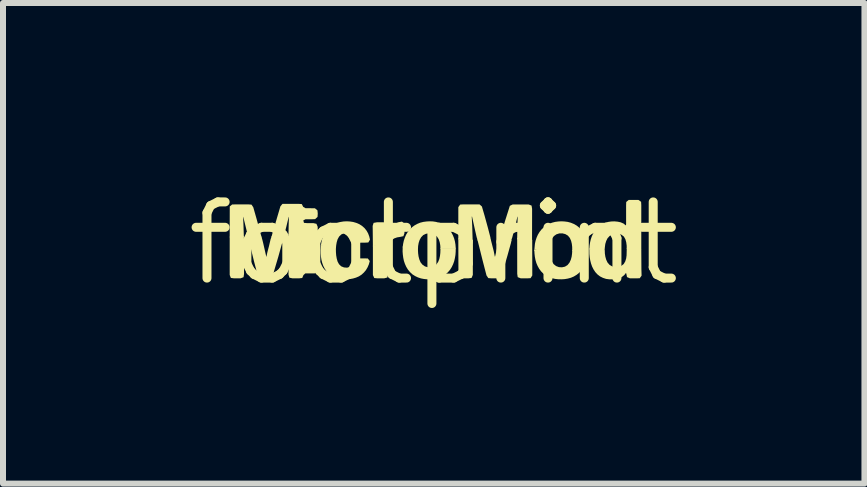
<source format=kicad_pcb>
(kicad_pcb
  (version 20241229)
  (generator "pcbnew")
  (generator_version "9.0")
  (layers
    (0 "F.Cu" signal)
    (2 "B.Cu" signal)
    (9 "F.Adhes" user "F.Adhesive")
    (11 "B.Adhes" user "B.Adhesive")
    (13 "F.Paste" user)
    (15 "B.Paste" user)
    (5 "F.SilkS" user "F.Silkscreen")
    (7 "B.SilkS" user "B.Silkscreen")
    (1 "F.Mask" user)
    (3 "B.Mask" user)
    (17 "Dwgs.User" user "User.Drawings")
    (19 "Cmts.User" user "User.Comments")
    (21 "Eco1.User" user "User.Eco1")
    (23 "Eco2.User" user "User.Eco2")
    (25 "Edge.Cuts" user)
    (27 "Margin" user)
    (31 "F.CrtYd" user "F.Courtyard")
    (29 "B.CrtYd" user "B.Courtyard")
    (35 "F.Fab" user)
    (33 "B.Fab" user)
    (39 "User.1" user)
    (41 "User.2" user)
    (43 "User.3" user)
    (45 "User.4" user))
  (footprint "footprint"
    (layer "F.Cu")
    (at 4.18 1.006)
    (property "Reference" "footprint" (at 0 0 0) (layer "F.SilkS") (effects (font (size 1.27 1.27) (thickness 0.15))))
    (fp_poly (pts (xy 1.426 -0.058) (xy 1.642 -0.058) (xy 1.643 0.536) (xy 1.614 0.581) (xy 1.559 0.584) (xy 1.451 0.584) (xy 1.4 0.564) (xy 1.392 0.509) (xy 1.391 -0.096)) (stroke (width 0) (type solid)) (fill yes) (layer "F.SilkS"))
    (fp_poly (pts (xy -3.162 0.089) (xy -3.162 0.511) (xy -3.17 0.565) (xy -3.221 0.584) (xy -3.327 0.584) (xy -3.382 0.577) (xy -3.401 0.527) (xy -3.401 -0.111) (xy -3.187 -0.111) (xy -3.165 -0.119)) (stroke (width 0) (type solid)) (fill yes) (layer "F.SilkS"))
    (fp_poly (pts (xy 0.436 -0.058) (xy 0.649 -0.058) (xy 0.651 0.053) (xy 0.652 0.527) (xy 0.631 0.577) (xy 0.577 0.584) (xy 0.47 0.584) (xy 0.42 0.565) (xy 0.412 0.51) (xy 0.41 -0.088)) (stroke (width 0) (type solid)) (fill yes) (layer "F.SilkS"))
    (fp_poly (pts (xy -0.757 0.086) (xy -0.761 0.139) (xy -0.761 0.516) (xy -0.773 0.57) (xy -0.827 0.584) (xy -0.935 0.584) (xy -0.991 0.579) (xy -1.014 0.529) (xy -1.014 0.04) (xy -0.968 0.027) (xy -0.747 0.027)) (stroke (width 0) (type solid)) (fill yes) (layer "F.SilkS"))
    (fp_poly (pts (xy -1.932 -0.11) (xy -1.929 -0.055) (xy -1.929 0.419) (xy -1.937 0.473) (xy -1.983 0.501) (xy -2.141 0.502) (xy -2.172 0.53) (xy -2.192 0.578) (xy -2.247 0.584) (xy -2.353 0.584) (xy -2.406 0.573) (xy -2.421 0.521) (xy -2.421 -0.005) (xy -2.42 -0.058) (xy -2.421 -0.157)) (stroke (width 0) (type solid)) (fill yes) (layer "F.SilkS"))
    (fp_poly (pts (xy -3.038 -0.645) (xy -3.008 -0.601) (xy -2.95 -0.397) (xy -2.868 -0.096) (xy -2.895 -0.101) (xy -3.052 -0.101) (xy -3.091 -0.099) (xy -3.171 -0.425) (xy -3.176 -0.444) (xy -3.177 -0.427) (xy -3.172 -0.322) (xy -3.165 -0.106) (xy -3.218 -0.101) (xy -3.376 -0.101) (xy -3.401 -0.1) (xy -3.4 -0.615) (xy -3.359 -0.648) (xy -3.093 -0.649)) (stroke (width 0) (type solid)) (fill yes) (layer "F.SilkS"))
    (fp_poly (pts (xy 1.631 -0.629) (xy 1.64 -0.575) (xy 1.639 -0.047) (xy 1.422 -0.047) (xy 1.391 -0.073) (xy 1.394 -0.286) (xy 1.399 -0.441) (xy 1.395 -0.445) (xy 1.374 -0.351) (xy 1.336 -0.199) (xy 1.309 -0.097) (xy 1.291 -0.047) (xy 1.129 -0.047) (xy 1.097 -0.069) (xy 1.189 -0.373) (xy 1.269 -0.625) (xy 1.317 -0.648) (xy 1.581 -0.648)) (stroke (width 0) (type solid)) (fill yes) (layer "F.SilkS"))
    (fp_poly (pts (xy 0.763 -0.649) (xy 0.803 -0.614) (xy 0.848 -0.46) (xy 0.904 -0.256) (xy 0.944 -0.102) (xy 0.953 -0.048) (xy 0.732 -0.048) (xy 0.716 -0.101) (xy 0.692 -0.205) (xy 0.638 -0.449) (xy 0.634 -0.442) (xy 0.642 -0.284) (xy 0.649 -0.038) (xy 0.608 -0.048) (xy 0.448 -0.048) (xy 0.41 -0.069) (xy 0.41 -0.603) (xy 0.441 -0.646) (xy 0.496 -0.649)) (stroke (width 0) (type solid)) (fill yes) (layer "F.SilkS"))
    (fp_poly (pts (xy -2.532 -0.111) (xy -2.505 -0.085) (xy -2.591 0.225) (xy -2.682 0.532) (xy -2.71 0.579) (xy -2.765 0.584) (xy -2.872 0.584) (xy -2.923 0.565) (xy -2.94 0.513) (xy -2.994 0.307) (xy -3.083 -0.055) (xy -3.095 -0.111) (xy -2.872 -0.111) (xy -2.856 -0.056) (xy -2.843 -0.004) (xy -2.79 0.228) (xy -2.772 0.145) (xy -2.745 0.042) (xy -2.719 -0.069) (xy -2.7 -0.12)) (stroke (width 0) (type solid)) (fill yes) (layer "F.SilkS"))
    (fp_poly (pts (xy 1.135 -0.058) (xy 1.299 -0.058) (xy 1.286 0.000286) (xy 1.229 0.205) (xy 1.155 0.46) (xy 1.122 0.563) (xy 1.073 0.584) (xy 0.965 0.584) (xy 0.91 0.58) (xy 0.88 0.536) (xy 0.813 0.278) (xy 0.728 -0.063) (xy 0.768 -0.058) (xy 0.926 -0.058) (xy 0.951 -0.064) (xy 1 0.129) (xy 1.019 0.223) (xy 1.023 0.219) (xy 1.047 0.117) (xy 1.101 -0.083)) (stroke (width 0) (type solid)) (fill yes) (layer "F.SilkS"))
    (fp_poly (pts (xy -0.489 -0.33) (xy -0.488 -0.169) (xy -0.505 -0.119) (xy -0.559 -0.107) (xy -0.61 -0.099) (xy -0.658 -0.082) (xy -0.7 -0.053) (xy -0.731 -0.013) (xy -0.752 0.037) (xy -0.965 0.037) (xy -1.014 0.052) (xy -1.017 -0.237) (xy -1.018 -0.29) (xy -1.002 -0.341) (xy -0.948 -0.35) (xy -0.842 -0.35) (xy -0.788 -0.34) (xy -0.769 -0.29) (xy -0.766 -0.237) (xy -0.766 -0.204) (xy -0.752 -0.23) (xy -0.719 -0.272) (xy -0.679 -0.307) (xy -0.633 -0.334) (xy -0.583 -0.352) (xy -0.529 -0.362)) (stroke (width 0) (type solid)) (fill yes) (layer "F.SilkS"))
    (fp_poly (pts (xy -2.199 -0.654) (xy -2.176 -0.608) (xy -2.139 -0.586) (xy -1.98 -0.584) (xy -1.938 -0.549) (xy -1.933 -0.494) (xy -1.937 -0.44) (xy -1.977 -0.403) (xy -2.032 -0.401) (xy -2.137 -0.401) (xy -2.174 -0.382) (xy -2.163 -0.341) (xy -2.115 -0.337) (xy -2.008 -0.337) (xy -1.955 -0.325) (xy -1.934 -0.275) (xy -1.934 -0.111) (xy -1.982 -0.101) (xy -2.41 -0.101) (xy -2.421 -0.148) (xy -2.418 -0.307) (xy -2.414 -0.443) (xy -2.42 -0.431) (xy -2.457 -0.277) (xy -2.51 -0.071) (xy -2.542 -0.101) (xy -2.706 -0.101) (xy -2.69 -0.161) (xy -2.556 -0.616) (xy -2.522 -0.657) (xy -2.467 -0.658) (xy -2.255 -0.658)) (stroke (width 0) (type solid)) (fill yes) (layer "F.SilkS"))
    (fp_poly (pts (xy -1.397 -0.364) (xy -1.344 -0.356) (xy -1.292 -0.341) (xy -1.242 -0.32) (xy -1.196 -0.291) (xy -1.155 -0.255) (xy -1.121 -0.213) (xy -1.094 -0.166) (xy -1.075 -0.115) (xy -1.062 -0.061) (xy -1.09 -0.014) (xy -1.146 -0.011) (xy -1.254 -0.011) (xy -1.306 -0.029) (xy -1.324 -0.081) (xy -1.35 -0.126) (xy -1.39 -0.157) (xy -1.439 -0.171) (xy -1.491 -0.168) (xy -1.539 -0.149) (xy -1.576 -0.114) (xy -1.602 -0.068) (xy -1.617 -0.018) (xy -1.629 0.05) (xy -1.674 0.05) (xy -1.835 0.05) (xy -1.881 0.037) (xy -1.872 -0.02) (xy -1.859 -0.073) (xy -1.84 -0.123) (xy -1.815 -0.172) (xy -1.785 -0.216) (xy -1.748 -0.256) (xy -1.707 -0.291) (xy -1.66 -0.319) (xy -1.611 -0.34) (xy -1.559 -0.355) (xy -1.505 -0.364) (xy -1.451 -0.367)) (stroke (width 0) (type solid)) (fill yes) (layer "F.SilkS"))
    (fp_poly (pts (xy -1.842 0.04) (xy -1.627 0.04) (xy -1.631 0.097) (xy -1.63 0.149) (xy -1.626 0.201) (xy -1.617 0.253) (xy -1.603 0.303) (xy -1.579 0.348) (xy -1.543 0.383) (xy -1.496 0.402) (xy -1.445 0.406) (xy -1.396 0.394) (xy -1.356 0.364) (xy -1.329 0.32) (xy -1.309 0.269) (xy -1.259 0.251) (xy -1.153 0.251) (xy -1.098 0.253) (xy -1.066 0.296) (xy -1.081 0.35) (xy -1.102 0.399) (xy -1.129 0.445) (xy -1.163 0.486) (xy -1.202 0.522) (xy -1.247 0.551) (xy -1.296 0.572) (xy -1.347 0.587) (xy -1.4 0.596) (xy -1.453 0.599) (xy -1.506 0.598) (xy -1.559 0.592) (xy -1.611 0.581) (xy -1.661 0.563) (xy -1.708 0.538) (xy -1.751 0.506) (xy -1.787 0.467) (xy -1.817 0.423) (xy -1.841 0.376) (xy -1.859 0.326) (xy -1.872 0.274) (xy -1.88 0.222) (xy -1.885 0.169) (xy -1.886 0.116) (xy -1.881 0.028)) (stroke (width 0) (type solid)) (fill yes) (layer "F.SilkS"))
    (fp_poly (pts (xy 3.457 -0.692) (xy 3.46 -0.637) (xy 3.46 0.11) (xy 3.41 0.118) (xy 3.248 0.118) (xy 3.218 0.089) (xy 3.216 0.034) (xy 3.209 -0.018) (xy 3.195 -0.068) (xy 3.17 -0.112) (xy 3.13 -0.143) (xy 3.08 -0.156) (xy 3.028 -0.158) (xy 2.978 -0.147) (xy 2.933 -0.123) (xy 2.898 -0.085) (xy 2.875 -0.039) (xy 2.86 0.011) (xy 2.853 0.063) (xy 2.848 0.118) (xy 2.63 0.118) (xy 2.594 0.096) (xy 2.598 0.039) (xy 2.606 -0.013) (xy 2.618 -0.065) (xy 2.635 -0.116) (xy 2.658 -0.164) (xy 2.687 -0.21) (xy 2.72 -0.252) (xy 2.76 -0.288) (xy 2.805 -0.318) (xy 2.853 -0.341) (xy 2.905 -0.356) (xy 2.958 -0.364) (xy 3.011 -0.366) (xy 3.065 -0.361) (xy 3.117 -0.35) (xy 3.167 -0.328) (xy 3.201 -0.298) (xy 3.207 -0.316) (xy 3.207 -0.634) (xy 3.209 -0.689) (xy 3.25 -0.723) (xy 3.413 -0.723)) (stroke (width 0) (type solid)) (fill yes) (layer "F.SilkS"))
    (fp_poly (pts (xy -0.014 -0.365) (xy 0.038 -0.357) (xy 0.09 -0.343) (xy 0.139 -0.323) (xy 0.185 -0.296) (xy 0.227 -0.263) (xy 0.264 -0.225) (xy 0.294 -0.182) (xy 0.319 -0.135) (xy 0.339 -0.085) (xy 0.353 -0.034) (xy 0.362 0.018) (xy 0.368 0.091) (xy 0.326 0.093) (xy 0.168 0.093) (xy 0.113 0.091) (xy 0.109 0.034) (xy 0.1 -0.017) (xy 0.084 -0.066) (xy 0.057 -0.109) (xy 0.019 -0.143) (xy -0.028 -0.162) (xy -0.079 -0.167) (xy -0.129 -0.159) (xy -0.175 -0.137) (xy -0.21 -0.101) (xy -0.235 -0.056) (xy -0.251 -0.007) (xy -0.26 0.044) (xy -0.264 0.122) (xy -0.489 0.093) (xy -0.517 0.064) (xy -0.51 0.009) (xy -0.499 -0.043) (xy -0.482 -0.093) (xy -0.461 -0.142) (xy -0.434 -0.187) (xy -0.401 -0.229) (xy -0.363 -0.267) (xy -0.321 -0.298) (xy -0.274 -0.324) (xy -0.225 -0.344) (xy -0.173 -0.357) (xy -0.12 -0.364) (xy -0.067 -0.367)) (stroke (width 0) (type solid)) (fill yes) (layer "F.SilkS"))
    (fp_poly (pts (xy 2.182 -0.364) (xy 2.234 -0.357) (xy 2.286 -0.343) (xy 2.335 -0.323) (xy 2.381 -0.297) (xy 2.423 -0.264) (xy 2.46 -0.226) (xy 2.49 -0.183) (xy 2.515 -0.137) (xy 2.535 -0.087) (xy 2.549 -0.037) (xy 2.559 0.016) (xy 2.564 0.111) (xy 2.537 0.104) (xy 2.309 0.128) (xy 2.308 0.06) (xy 2.302 0.008) (xy 2.29 -0.042) (xy 2.269 -0.089) (xy 2.237 -0.128) (xy 2.193 -0.154) (xy 2.144 -0.166) (xy 2.093 -0.165) (xy 2.045 -0.15) (xy 2.004 -0.121) (xy 1.973 -0.08) (xy 1.953 -0.033) (xy 1.941 0.017) (xy 1.931 0.106) (xy 1.906 0.104) (xy 1.699 0.104) (xy 1.675 0.135) (xy 1.687 0.007) (xy 1.698 -0.044) (xy 1.715 -0.095) (xy 1.736 -0.143) (xy 1.764 -0.189) (xy 1.796 -0.23) (xy 1.834 -0.267) (xy 1.877 -0.299) (xy 1.923 -0.325) (xy 1.973 -0.344) (xy 2.024 -0.357) (xy 2.076 -0.364) (xy 2.129 -0.367)) (stroke (width 0) (type solid)) (fill yes) (layer "F.SilkS"))
    (fp_poly (pts (xy 3.245 0.107) (xy 3.46 0.107) (xy 3.462 0.431) (xy 3.465 0.539) (xy 3.434 0.582) (xy 3.378 0.584) (xy 3.271 0.584) (xy 3.222 0.563) (xy 3.211 0.509) (xy 3.205 0.493) (xy 3.177 0.529) (xy 3.135 0.562) (xy 3.085 0.584) (xy 3.033 0.596) (xy 2.979 0.601) (xy 2.926 0.6) (xy 2.873 0.593) (xy 2.821 0.576) (xy 2.773 0.552) (xy 2.73 0.519) (xy 2.694 0.48) (xy 2.664 0.435) (xy 2.64 0.387) (xy 2.622 0.336) (xy 2.609 0.284) (xy 2.6 0.232) (xy 2.595 0.178) (xy 2.594 0.086) (xy 2.64 0.108) (xy 2.799 0.108) (xy 2.851 0.114) (xy 2.853 0.171) (xy 2.861 0.223) (xy 2.875 0.273) (xy 2.897 0.32) (xy 2.931 0.359) (xy 2.975 0.385) (xy 3.026 0.394) (xy 3.077 0.391) (xy 3.127 0.376) (xy 3.167 0.345) (xy 3.193 0.301) (xy 3.208 0.252) (xy 3.215 0.2) (xy 3.218 0.072)) (stroke (width 0) (type solid)) (fill yes) (layer "F.SilkS"))
    (fp_poly (pts (xy 2.562 0.152) (xy 2.557 0.205) (xy 2.547 0.258) (xy 2.534 0.31) (xy 2.515 0.36) (xy 2.49 0.407) (xy 2.46 0.452) (xy 2.424 0.492) (xy 2.382 0.525) (xy 2.336 0.553) (xy 2.287 0.574) (xy 2.235 0.588) (xy 2.182 0.597) (xy 2.129 0.6) (xy 2.075 0.599) (xy 2.022 0.593) (xy 1.97 0.581) (xy 1.919 0.563) (xy 1.871 0.538) (xy 1.828 0.506) (xy 1.79 0.468) (xy 1.758 0.425) (xy 1.732 0.378) (xy 1.711 0.329) (xy 1.696 0.277) (xy 1.686 0.225) (xy 1.68 0.172) (xy 1.677 0.115) (xy 1.715 0.094) (xy 1.933 0.094) (xy 1.935 0.152) (xy 1.941 0.204) (xy 1.952 0.255) (xy 1.971 0.304) (xy 1.999 0.347) (xy 2.039 0.379) (xy 2.087 0.397) (xy 2.138 0.4) (xy 2.188 0.389) (xy 2.231 0.362) (xy 2.263 0.322) (xy 2.285 0.275) (xy 2.299 0.224) (xy 2.306 0.172) (xy 2.309 0.117) (xy 2.345 0.094) (xy 2.564 0.094)) (stroke (width 0) (type solid)) (fill yes) (layer "F.SilkS"))
    (fp_poly (pts (xy -0.293 0.083) (xy -0.263 0.111) (xy -0.26 0.166) (xy -0.253 0.218) (xy -0.24 0.268) (xy -0.22 0.316) (xy -0.188 0.356) (xy -0.146 0.385) (xy -0.097 0.399) (xy -0.046 0.399) (xy 0.003 0.384) (xy 0.043 0.353) (xy 0.073 0.311) (xy 0.093 0.263) (xy 0.104 0.212) (xy 0.11 0.16) (xy 0.113 0.076) (xy 0.151 0.083) (xy 0.367 0.083) (xy 0.366 0.141) (xy 0.362 0.194) (xy 0.353 0.247) (xy 0.341 0.299) (xy 0.323 0.349) (xy 0.3 0.397) (xy 0.271 0.442) (xy 0.236 0.483) (xy 0.196 0.518) (xy 0.151 0.547) (xy 0.102 0.569) (xy 0.051 0.585) (xy -0.001 0.595) (xy -0.054 0.6) (xy -0.108 0.6) (xy -0.161 0.595) (xy -0.213 0.585) (xy -0.264 0.568) (xy -0.312 0.545) (xy -0.357 0.516) (xy -0.396 0.479) (xy -0.43 0.438) (xy -0.458 0.392) (xy -0.48 0.343) (xy -0.497 0.293) (xy -0.508 0.241) (xy -0.515 0.188) (xy -0.519 0.135) (xy -0.517 0.054)) (stroke (width 0) (type solid)) (fill yes) (layer "F.SilkS")))
  (gr_rect
    (start -3 -3)
    (end 11.36 5.012)
    (stroke (width 0.1) (type default))
    (fill no)
    (layer "Edge.Cuts")))
</source>
